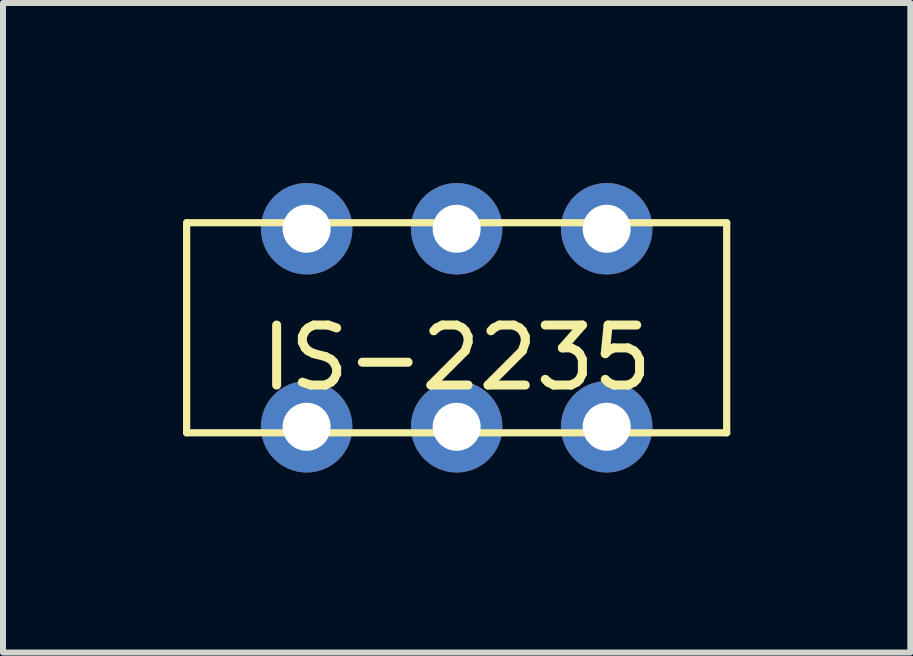
<source format=kicad_pcb>
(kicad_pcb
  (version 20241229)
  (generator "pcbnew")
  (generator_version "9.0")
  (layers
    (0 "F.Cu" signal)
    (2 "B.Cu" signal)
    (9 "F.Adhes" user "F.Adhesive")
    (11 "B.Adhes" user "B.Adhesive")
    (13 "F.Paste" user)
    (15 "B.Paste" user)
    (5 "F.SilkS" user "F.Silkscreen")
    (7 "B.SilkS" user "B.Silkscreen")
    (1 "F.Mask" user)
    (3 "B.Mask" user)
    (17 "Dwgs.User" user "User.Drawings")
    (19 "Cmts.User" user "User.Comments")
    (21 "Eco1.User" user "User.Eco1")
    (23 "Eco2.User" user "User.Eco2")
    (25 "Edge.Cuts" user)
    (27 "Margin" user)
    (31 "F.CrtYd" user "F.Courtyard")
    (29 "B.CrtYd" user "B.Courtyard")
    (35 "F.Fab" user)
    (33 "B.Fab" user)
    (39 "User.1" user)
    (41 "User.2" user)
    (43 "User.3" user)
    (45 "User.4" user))
  (footprint "IS-2235"
    (layer "F.Cu")
    (at 4.56 2.412)
    (property "Reference" "IS-2235" (at 0 0.5 0) (layer "F.SilkS") (effects (font (size 1 1) (thickness 0.15))))
    (attr through_hole)
    (fp_line (start -4.5 -1.75) (end 4.5 -1.75) (stroke (width 0.12) (type solid)) (layer "F.SilkS"))
    (fp_line (start -4.5 1.75) (end -4.5 -1.75) (stroke (width 0.12) (type solid)) (layer "F.SilkS"))
    (fp_line (start 4.5 -1.75) (end 4.5 1.75) (stroke (width 0.12) (type solid)) (layer "F.SilkS"))
    (fp_line (start 4.5 1.75) (end -4.5 1.75) (stroke (width 0.12) (type solid)) (layer "F.SilkS"))
    (pad "1" thru_hole circle (at -2.5 -1.65) (size 1.524 1.524) (drill 0.8) (layers "*.Cu" "*.Mask"))
    (pad "2" thru_hole circle (at 0 -1.65) (size 1.524 1.524) (drill 0.8) (layers "*.Cu" "*.Mask"))
    (pad "3" thru_hole circle (at 2.5 -1.65) (size 1.524 1.524) (drill 0.8) (layers "*.Cu" "*.Mask"))
    (pad "4" thru_hole circle (at -2.5 1.65) (size 1.524 1.524) (drill 0.8) (layers "*.Cu" "*.Mask"))
    (pad "5" thru_hole circle (at 0 1.65) (size 1.524 1.524) (drill 0.8) (layers "*.Cu" "*.Mask"))
    (pad "6" thru_hole circle (at 2.5 1.65) (size 1.524 1.524) (drill 0.8) (layers "*.Cu" "*.Mask")))
  (gr_rect
    (start -3 -3)
    (end 12.12 7.824)
    (stroke (width 0.1) (type default))
    (fill no)
    (layer "Edge.Cuts")))
</source>
